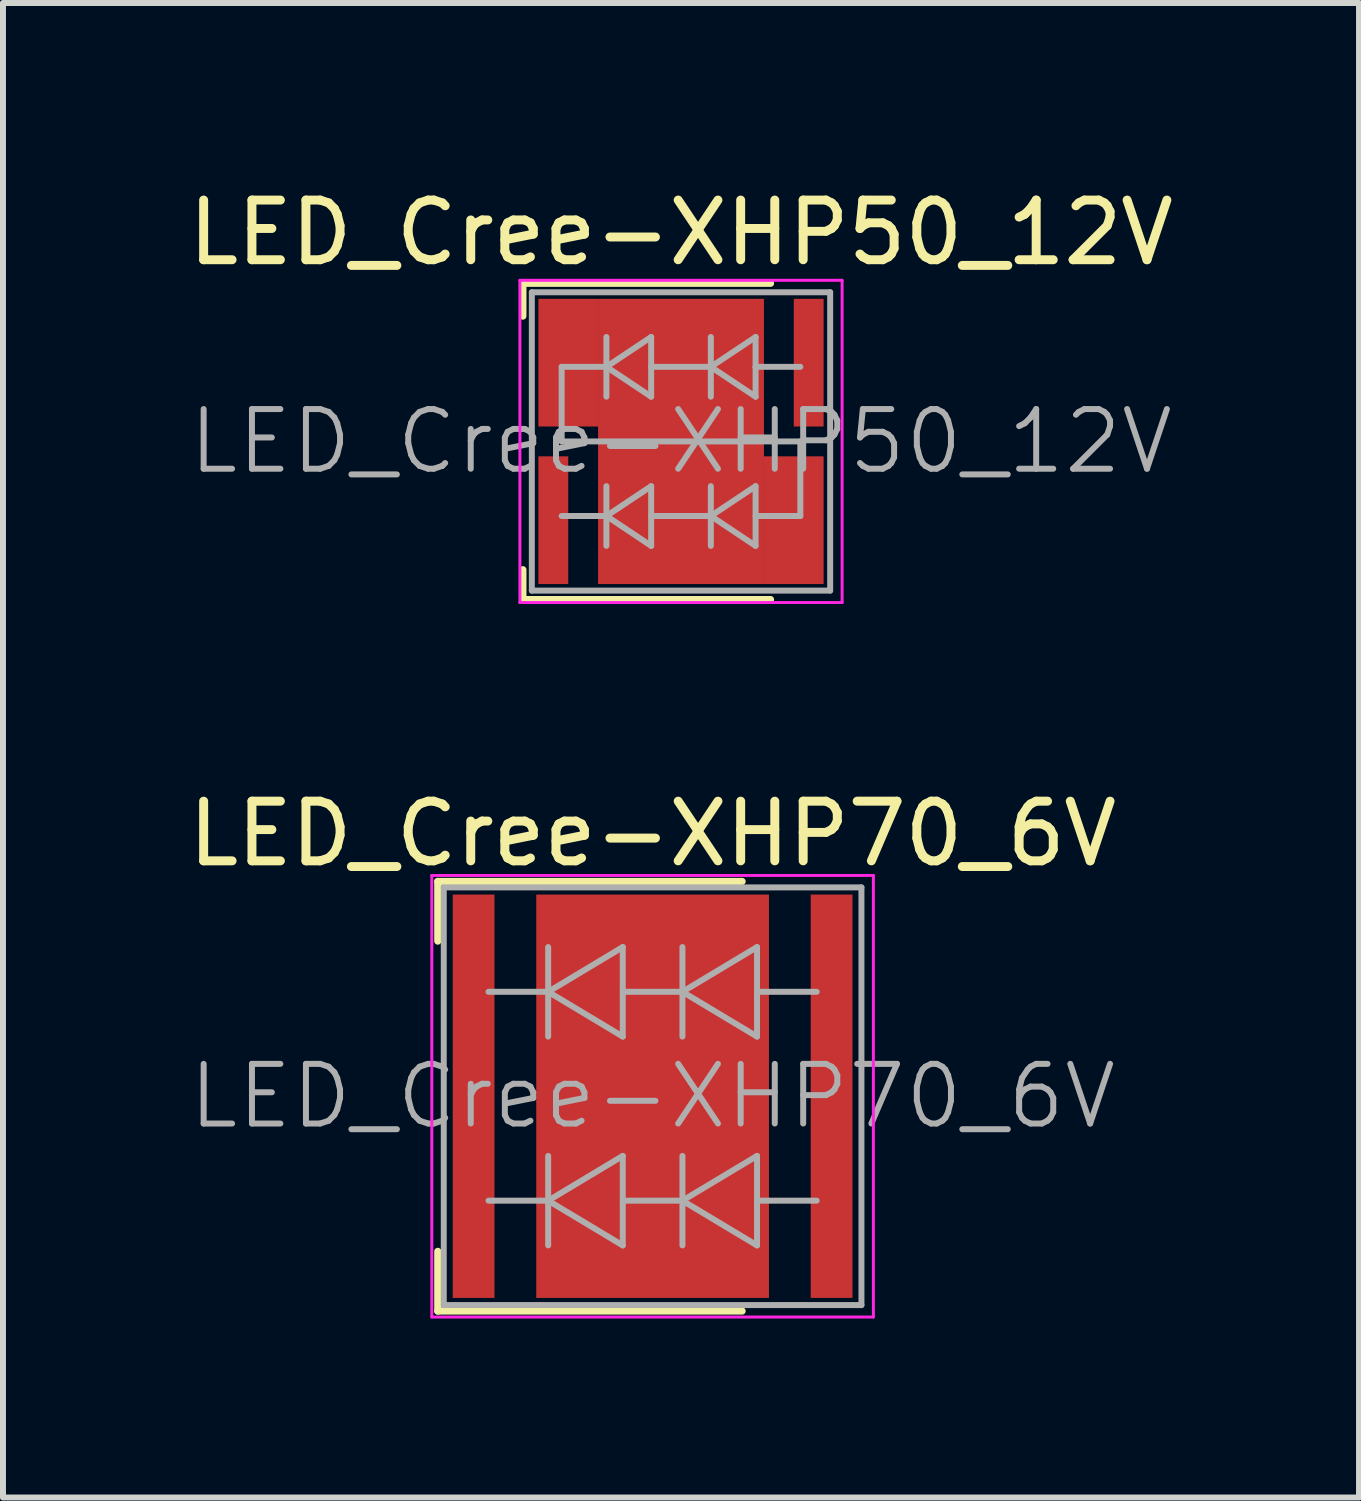
<source format=kicad_pcb>
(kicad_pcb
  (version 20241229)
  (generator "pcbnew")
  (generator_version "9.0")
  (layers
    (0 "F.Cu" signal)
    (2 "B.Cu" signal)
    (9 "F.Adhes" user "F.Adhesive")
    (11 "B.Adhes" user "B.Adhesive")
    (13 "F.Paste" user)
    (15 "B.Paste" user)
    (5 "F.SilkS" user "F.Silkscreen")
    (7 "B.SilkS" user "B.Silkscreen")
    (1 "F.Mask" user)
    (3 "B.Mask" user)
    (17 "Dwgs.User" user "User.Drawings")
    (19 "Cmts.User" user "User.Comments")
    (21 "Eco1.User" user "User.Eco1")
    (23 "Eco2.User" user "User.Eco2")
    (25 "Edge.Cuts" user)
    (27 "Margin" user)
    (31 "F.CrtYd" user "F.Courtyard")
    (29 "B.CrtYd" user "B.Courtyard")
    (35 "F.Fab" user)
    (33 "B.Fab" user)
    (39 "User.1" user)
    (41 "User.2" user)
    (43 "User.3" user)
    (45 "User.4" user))
  (footprint "LED_Cree-XHP70_6V"
    (layer "F.Cu")
    (at 7.887 15.322)
    (property "Reference" "LED_Cree-XHP70_6V" (at 0 -4.4 0) (layer "F.SilkS") (effects (font (size 1 1) (thickness 0.15))))
    (attr smd)
    (fp_line (start -3.6 -3.6) (end -3.6 -2.6) (stroke (width 0.12) (type solid)) (layer "F.SilkS"))
    (fp_line (start -3.6 3.6) (end -3.6 2.6) (stroke (width 0.12) (type solid)) (layer "F.SilkS"))
    (fp_line (start 1.5 -3.6) (end -3.6 -3.6) (stroke (width 0.12) (type solid)) (layer "F.SilkS"))
    (fp_line (start 1.5 3.6) (end -3.6 3.6) (stroke (width 0.12) (type solid)) (layer "F.SilkS"))
    (fp_line (start -3.7 -3.7) (end -3.7 3.7) (stroke (width 0.05) (type solid)) (layer "F.CrtYd"))
    (fp_line (start -3.7 3.7) (end 3.7 3.7) (stroke (width 0.05) (type solid)) (layer "F.CrtYd"))
    (fp_line (start 3.7 -3.7) (end -3.7 -3.7) (stroke (width 0.05) (type solid)) (layer "F.CrtYd"))
    (fp_line (start 3.7 3.7) (end 3.7 -3.7) (stroke (width 0.05) (type solid)) (layer "F.CrtYd"))
    (fp_line (start -3.5 -3.5) (end -3.5 3.5) (stroke (width 0.1) (type solid)) (layer "F.Fab"))
    (fp_line (start -3.5 3.5) (end 3.5 3.5) (stroke (width 0.1) (type solid)) (layer "F.Fab"))
    (fp_line (start -2.75 -1.75) (end -1.75 -1.75) (stroke (width 0.1) (type solid)) (layer "F.Fab"))
    (fp_line (start -2.75 1.75) (end -1.75 1.75) (stroke (width 0.1) (type solid)) (layer "F.Fab"))
    (fp_line (start -1.75 -1.75) (end -1.75 -2.5) (stroke (width 0.1) (type solid)) (layer "F.Fab"))
    (fp_line (start -1.75 -1.75) (end -1.75 -1) (stroke (width 0.1) (type solid)) (layer "F.Fab"))
    (fp_line (start -1.75 -1.75) (end -0.5 -1) (stroke (width 0.1) (type solid)) (layer "F.Fab"))
    (fp_line (start -1.75 1.75) (end -1.75 1) (stroke (width 0.1) (type solid)) (layer "F.Fab"))
    (fp_line (start -1.75 1.75) (end -1.75 2.5) (stroke (width 0.1) (type solid)) (layer "F.Fab"))
    (fp_line (start -1.75 1.75) (end -0.5 2.5) (stroke (width 0.1) (type solid)) (layer "F.Fab"))
    (fp_line (start -0.5 -2.5) (end -1.75 -1.75) (stroke (width 0.1) (type solid)) (layer "F.Fab"))
    (fp_line (start -0.5 -1.75) (end 0.5 -1.75) (stroke (width 0.1) (type solid)) (layer "F.Fab"))
    (fp_line (start -0.5 -1) (end -0.5 -2.5) (stroke (width 0.1) (type solid)) (layer "F.Fab"))
    (fp_line (start -0.5 1) (end -1.75 1.75) (stroke (width 0.1) (type solid)) (layer "F.Fab"))
    (fp_line (start -0.5 1.75) (end 0.5 1.75) (stroke (width 0.1) (type solid)) (layer "F.Fab"))
    (fp_line (start -0.5 2.5) (end -0.5 1) (stroke (width 0.1) (type solid)) (layer "F.Fab"))
    (fp_line (start 0.5 -2.5) (end 0.5 -1) (stroke (width 0.1) (type solid)) (layer "F.Fab"))
    (fp_line (start 0.5 -1.75) (end 1.75 -2.5) (stroke (width 0.1) (type solid)) (layer "F.Fab"))
    (fp_line (start 0.5 1) (end 0.5 2.5) (stroke (width 0.1) (type solid)) (layer "F.Fab"))
    (fp_line (start 0.5 1.75) (end 1.75 1) (stroke (width 0.1) (type solid)) (layer "F.Fab"))
    (fp_line (start 1.75 -1.75) (end 1.75 -2.5) (stroke (width 0.1) (type solid)) (layer "F.Fab"))
    (fp_line (start 1.75 -1.75) (end 1.75 -1) (stroke (width 0.1) (type solid)) (layer "F.Fab"))
    (fp_line (start 1.75 -1) (end 0.5 -1.75) (stroke (width 0.1) (type solid)) (layer "F.Fab"))
    (fp_line (start 1.75 1.75) (end 1.75 1) (stroke (width 0.1) (type solid)) (layer "F.Fab"))
    (fp_line (start 1.75 1.75) (end 1.75 2.5) (stroke (width 0.1) (type solid)) (layer "F.Fab"))
    (fp_line (start 1.75 2.5) (end 0.5 1.75) (stroke (width 0.1) (type solid)) (layer "F.Fab"))
    (fp_line (start 2.75 -1.75) (end 1.75 -1.75) (stroke (width 0.1) (type solid)) (layer "F.Fab"))
    (fp_line (start 2.75 1.75) (end 1.75 1.75) (stroke (width 0.1) (type solid)) (layer "F.Fab"))
    (fp_line (start 3.5 -3.5) (end -3.5 -3.5) (stroke (width 0.1) (type solid)) (layer "F.Fab"))
    (fp_line (start 3.5 3.5) (end 3.5 -3.5) (stroke (width 0.1) (type solid)) (layer "F.Fab"))
    (fp_text user "${REFERENCE}" (at 0 0 0) (layer "F.Fab") (effects (font (size 1 1) (thickness 0.1))))
    (pad "" smd rect (at -3 -1.815) (size 0.7 3.13) (layers "F.Paste"))
    (pad "" smd rect (at -3 1.815) (size 0.7 3.13) (layers "F.Paste"))
    (pad "" smd rect (at -0.77 -2.31) (size 1.29 1.29) (layers "F.Paste"))
    (pad "" smd rect (at -0.77 -0.77) (size 1.29 1.29) (layers "F.Paste"))
    (pad "" smd rect (at -0.77 0.77) (size 1.29 1.29) (layers "F.Paste"))
    (pad "" smd rect (at -0.77 2.31) (size 1.29 1.29) (layers "F.Paste"))
    (pad "" smd rect (at 0.77 -2.31) (size 1.29 1.29) (layers "F.Paste"))
    (pad "" smd rect (at 0.77 -0.77) (size 1.29 1.29) (layers "F.Paste"))
    (pad "" smd rect (at 0.77 0.77) (size 1.29 1.29) (layers "F.Paste"))
    (pad "" smd rect (at 0.77 2.31) (size 1.29 1.29) (layers "F.Paste"))
    (pad "" smd rect (at 3 -1.815) (size 0.7 3.13) (layers "F.Paste"))
    (pad "" smd rect (at 3 1.815) (size 0.7 3.13) (layers "F.Paste"))
    (pad "1" smd rect (at -3 0) (size 0.7 6.76) (layers "F.Cu" "F.Mask"))
    (pad "2" smd rect (at 3 0) (size 0.7 6.76) (layers "F.Cu" "F.Mask"))
    (pad "3" smd rect (at 0 0) (size 3.9 6.76) (layers "F.Cu" "F.Mask")))
  (footprint "LED_Cree-XHP50_12V"
    (layer "F.Cu")
    (at 8.363 4.348)
    (property "Reference" "LED_Cree-XHP50_12V" (at 0 -3.5 0) (layer "F.SilkS") (effects (font (size 1 1) (thickness 0.15))))
    (attr smd)
    (fp_line (start -2.65 -2.65) (end -2.65 -2.1) (stroke (width 0.12) (type solid)) (layer "F.SilkS"))
    (fp_line (start -2.65 2.65) (end -2.65 2.15) (stroke (width 0.12) (type solid)) (layer "F.SilkS"))
    (fp_line (start 1.5 -2.65) (end -2.65 -2.65) (stroke (width 0.12) (type solid)) (layer "F.SilkS"))
    (fp_line (start 1.5 2.65) (end -2.65 2.65) (stroke (width 0.12) (type solid)) (layer "F.SilkS"))
    (fp_line (start -2.7 -2.7) (end -2.7 2.7) (stroke (width 0.05) (type solid)) (layer "F.CrtYd"))
    (fp_line (start -2.7 2.7) (end 2.7 2.7) (stroke (width 0.05) (type solid)) (layer "F.CrtYd"))
    (fp_line (start 2.7 -2.7) (end -2.7 -2.7) (stroke (width 0.05) (type solid)) (layer "F.CrtYd"))
    (fp_line (start 2.7 2.7) (end 2.7 -2.7) (stroke (width 0.05) (type solid)) (layer "F.CrtYd"))
    (fp_line (start -2.5 -2.5) (end 2.5 -2.5) (stroke (width 0.1) (type solid)) (layer "F.Fab"))
    (fp_line (start -2.5 2.5) (end -2.5 -2.5) (stroke (width 0.1) (type solid)) (layer "F.Fab"))
    (fp_line (start -2 -1.25) (end -2 0) (stroke (width 0.1) (type solid)) (layer "F.Fab"))
    (fp_line (start -2 -1.25) (end -1.25 -1.25) (stroke (width 0.1) (type solid)) (layer "F.Fab"))
    (fp_line (start -2 0) (end 2 0) (stroke (width 0.1) (type solid)) (layer "F.Fab"))
    (fp_line (start -2 1.25) (end -1.25 1.25) (stroke (width 0.1) (type solid)) (layer "F.Fab"))
    (fp_line (start -1.25 -1.25) (end -1.25 -1.75) (stroke (width 0.1) (type solid)) (layer "F.Fab"))
    (fp_line (start -1.25 -1.25) (end -1.25 -0.75) (stroke (width 0.1) (type solid)) (layer "F.Fab"))
    (fp_line (start -1.25 -1.25) (end -0.5 -1.75) (stroke (width 0.1) (type solid)) (layer "F.Fab"))
    (fp_line (start -1.25 1.25) (end -1.25 0.75) (stroke (width 0.1) (type solid)) (layer "F.Fab"))
    (fp_line (start -1.25 1.25) (end -1.25 1.75) (stroke (width 0.1) (type solid)) (layer "F.Fab"))
    (fp_line (start -1.25 1.25) (end -0.5 0.75) (stroke (width 0.1) (type solid)) (layer "F.Fab"))
    (fp_line (start -0.5 -1.75) (end -0.5 -0.75) (stroke (width 0.1) (type solid)) (layer "F.Fab"))
    (fp_line (start -0.5 -1.25) (end 0.5 -1.25) (stroke (width 0.1) (type solid)) (layer "F.Fab"))
    (fp_line (start -0.5 -0.75) (end -1.25 -1.25) (stroke (width 0.1) (type solid)) (layer "F.Fab"))
    (fp_line (start -0.5 0.75) (end -0.5 1.75) (stroke (width 0.1) (type solid)) (layer "F.Fab"))
    (fp_line (start -0.5 1.25) (end 0.5 1.25) (stroke (width 0.1) (type solid)) (layer "F.Fab"))
    (fp_line (start -0.5 1.75) (end -1.25 1.25) (stroke (width 0.1) (type solid)) (layer "F.Fab"))
    (fp_line (start 0.5 -1.75) (end 0.5 -0.75) (stroke (width 0.1) (type solid)) (layer "F.Fab"))
    (fp_line (start 0.5 -1.25) (end 1.25 -0.75) (stroke (width 0.1) (type solid)) (layer "F.Fab"))
    (fp_line (start 0.5 0.75) (end 0.5 1.75) (stroke (width 0.1) (type solid)) (layer "F.Fab"))
    (fp_line (start 0.5 1.25) (end 1.25 1.75) (stroke (width 0.1) (type solid)) (layer "F.Fab"))
    (fp_line (start 1.25 -1.75) (end 0.5 -1.25) (stroke (width 0.1) (type solid)) (layer "F.Fab"))
    (fp_line (start 1.25 -1.25) (end 1.25 -1.75) (stroke (width 0.1) (type solid)) (layer "F.Fab"))
    (fp_line (start 1.25 -0.75) (end 1.25 -1.25) (stroke (width 0.1) (type solid)) (layer "F.Fab"))
    (fp_line (start 1.25 0.75) (end 0.5 1.25) (stroke (width 0.1) (type solid)) (layer "F.Fab"))
    (fp_line (start 1.25 0.75) (end 1.25 1.75) (stroke (width 0.1) (type solid)) (layer "F.Fab"))
    (fp_line (start 2 -1.25) (end 1.25 -1.25) (stroke (width 0.1) (type solid)) (layer "F.Fab"))
    (fp_line (start 2 0) (end 2 1.25) (stroke (width 0.1) (type solid)) (layer "F.Fab"))
    (fp_line (start 2 1.25) (end 1.25 1.25) (stroke (width 0.1) (type solid)) (layer "F.Fab"))
    (fp_line (start 2.5 -2.5) (end 2.5 2.5) (stroke (width 0.1) (type solid)) (layer "F.Fab"))
    (fp_line (start 2.5 2.5) (end -2.5 2.5) (stroke (width 0.1) (type solid)) (layer "F.Fab"))
    (fp_text user "${REFERENCE}" (at 0 0 0) (layer "F.Fab") (effects (font (size 1 1) (thickness 0.1))))
    (pad "" smd rect (at -2.14 -1.32) (size 0.5 2.14) (layers "F.Paste"))
    (pad "" smd rect (at -0.61 -1.575) (size 0.97 0.8) (layers "F.Paste"))
    (pad "" smd rect (at -0.61 -0.525) (size 0.97 0.8) (layers "F.Paste"))
    (pad "" smd rect (at -0.61 0.525) (size 0.97 0.8) (layers "F.Paste"))
    (pad "" smd rect (at -0.61 1.575) (size 0.97 0.8) (layers "F.Paste"))
    (pad "" smd rect (at 0.61 -1.575) (size 0.97 0.8) (layers "F.Paste"))
    (pad "" smd rect (at 0.61 -0.525) (size 0.97 0.8) (layers "F.Paste"))
    (pad "" smd rect (at 0.61 0.525) (size 0.97 0.8) (layers "F.Paste"))
    (pad "" smd rect (at 0.61 1.575) (size 0.97 0.8) (layers "F.Paste"))
    (pad "" smd rect (at 2.14 1.32) (size 0.5 2.14) (layers "F.Paste"))
    (pad "1" smd rect (at -2.14 1.32) (size 0.5 2.14) (layers "F.Cu" "F.Mask" "F.Paste"))
    (pad "2" smd rect (at 2.14 -1.32) (size 0.5 2.14) (layers "F.Cu" "F.Mask" "F.Paste"))
    (pad "3" smd rect (at -1.89 -1.32) (size 1 2.14) (layers "F.Cu" "F.Mask"))
    (pad "3" smd rect (at 0 0) (size 2.78 4.78) (layers "F.Cu" "F.Mask"))
    (pad "3" smd rect (at 1.89 1.32) (size 1 2.14) (layers "F.Cu" "F.Mask")))
  (gr_rect
    (start -3 -3)
    (end 19.726 22.047)
    (stroke (width 0.1) (type default))
    (fill no)
    (layer "Edge.Cuts")))
</source>
